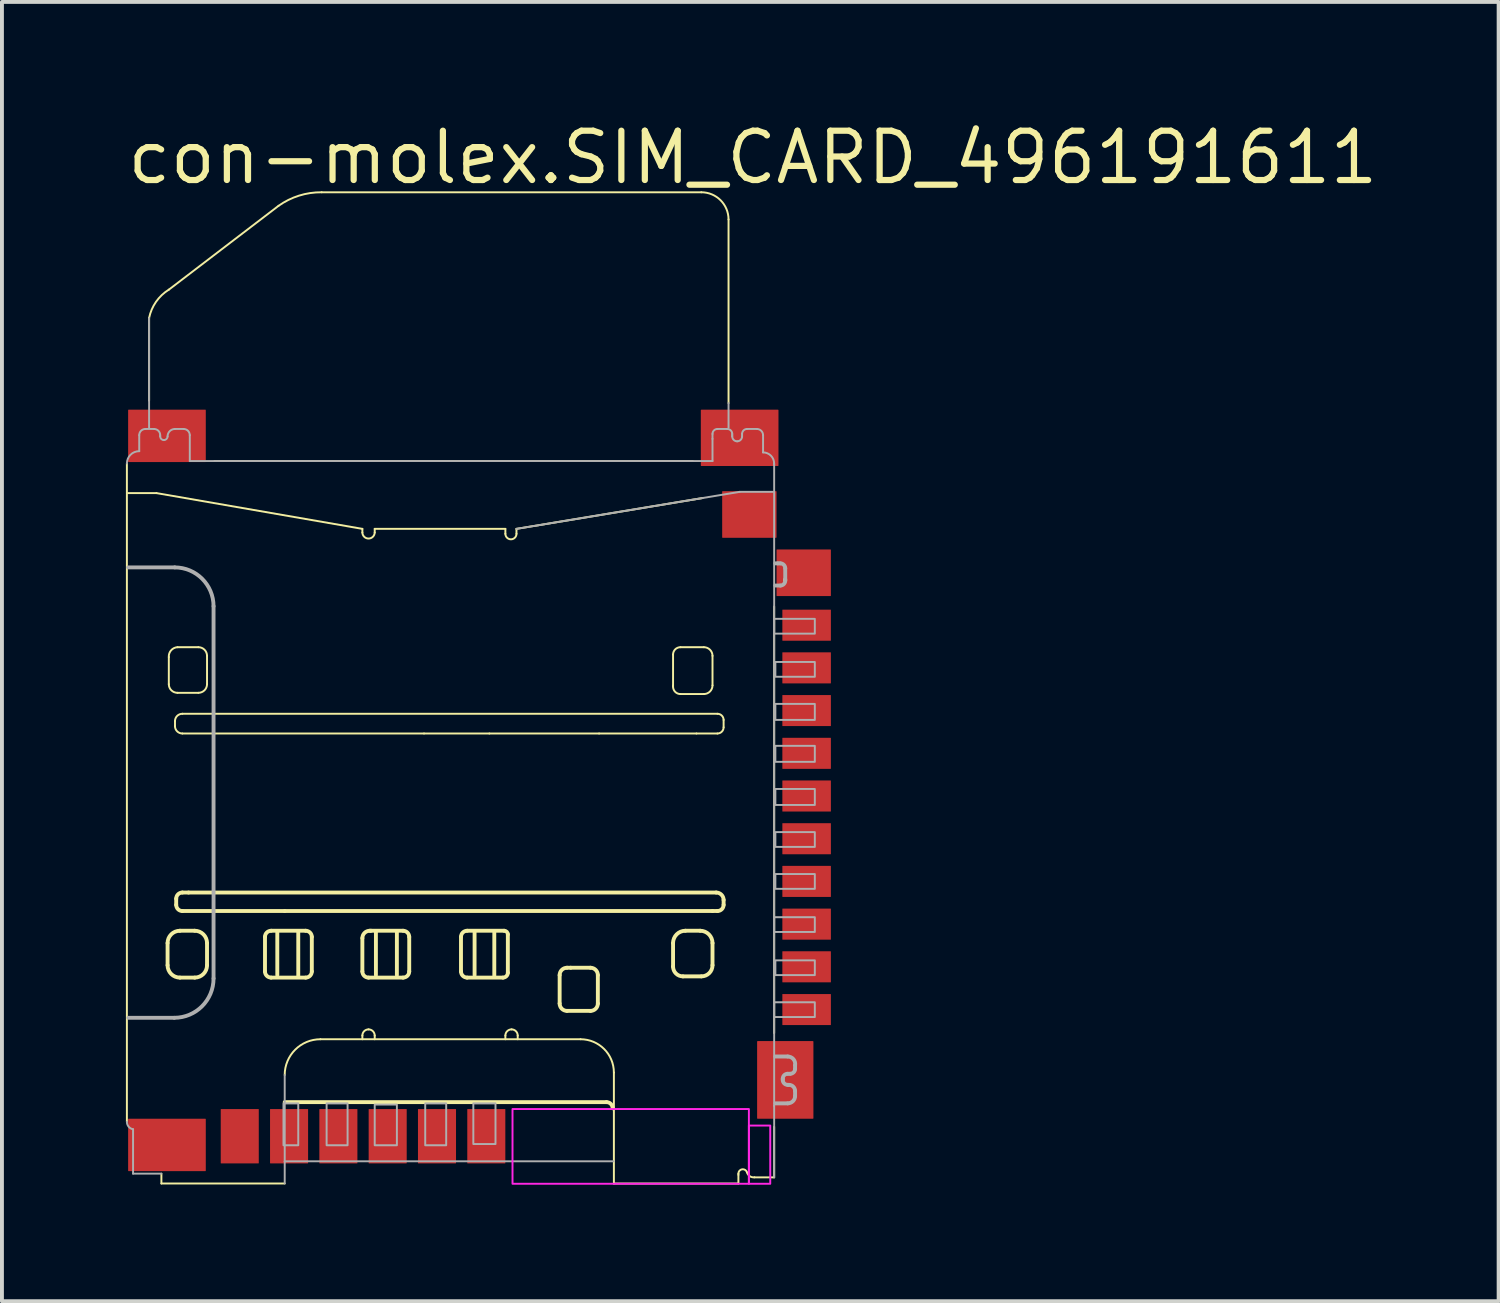
<source format=kicad_pcb>
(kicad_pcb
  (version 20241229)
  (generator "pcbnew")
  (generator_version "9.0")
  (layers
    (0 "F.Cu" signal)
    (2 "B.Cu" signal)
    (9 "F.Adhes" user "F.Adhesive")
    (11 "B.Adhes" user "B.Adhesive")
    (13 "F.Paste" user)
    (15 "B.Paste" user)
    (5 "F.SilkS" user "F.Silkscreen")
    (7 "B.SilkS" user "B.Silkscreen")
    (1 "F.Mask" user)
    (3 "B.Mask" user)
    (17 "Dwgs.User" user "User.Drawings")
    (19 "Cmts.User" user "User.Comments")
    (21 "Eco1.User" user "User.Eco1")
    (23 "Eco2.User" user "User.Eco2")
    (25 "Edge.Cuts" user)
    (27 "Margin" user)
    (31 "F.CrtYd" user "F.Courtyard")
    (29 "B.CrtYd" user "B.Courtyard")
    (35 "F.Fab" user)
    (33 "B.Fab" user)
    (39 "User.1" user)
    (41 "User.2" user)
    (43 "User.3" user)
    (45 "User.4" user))
  (footprint "con-molex.SIM_CARD_496191611"
    (layer "F.Cu")
    (at 0.25 27.114)
    (property "Reference" "con-molex.SIM_CARD_496191611" (at -0.102 -25.364 0) (layer "F.SilkS") (effects (font (size 1.27 1.27) (thickness 0.16)) (justify left bottom)))
    (attr smd)
    (fp_line (start -0.032 -18.226) (end -0.032 -1.27) (stroke (width 0.05) (type default)) (layer "F.SilkS"))
    (fp_line (start -0.000003 -17.464) (end 0.73 -17.464) (stroke (width 0.05) (type default)) (layer "F.SilkS"))
    (fp_line (start 0.54 -21.973) (end 0.54 -21.973) (stroke (width 0.05) (type default)) (layer "F.SilkS"))
    (fp_line (start 0.54 -19.846) (end 0.54 -21.973) (stroke (width 0.05) (type default)) (layer "F.SilkS"))
    (fp_line (start 0.73 -17.464) (end 6.033 -16.543) (stroke (width 0.05) (type default)) (layer "F.SilkS"))
    (fp_line (start 0.857 0.064) (end 0.857 0.318) (stroke (width 0.05) (type default)) (layer "F.SilkS"))
    (fp_line (start 0.857 0.318) (end 4.033 0.318) (stroke (width 0.05) (type default)) (layer "F.SilkS"))
    (fp_line (start 1.016 -5.303) (end 1.016 -5.874) (stroke (width 0.1) (type default)) (layer "F.SilkS"))
    (fp_line (start 1.048 -13.241) (end 1.048 -12.542) (stroke (width 0.05) (type default)) (layer "F.SilkS"))
    (fp_line (start 1.048 -22.703) (end 3.874 -24.863) (stroke (width 0.05) (type default)) (layer "F.SilkS"))
    (fp_line (start 1.207 -11.463) (end 1.207 -11.59) (stroke (width 0.05) (type default)) (layer "F.SilkS"))
    (fp_line (start 1.238 -6.859) (end 1.238 -7.017) (stroke (width 0.1) (type default)) (layer "F.SilkS"))
    (fp_line (start 1.27 -12.32) (end 1.81 -12.32) (stroke (width 0.05) (type default)) (layer "F.SilkS"))
    (fp_line (start 1.334 -6.192) (end 1.715 -6.192) (stroke (width 0.1) (type default)) (layer "F.SilkS"))
    (fp_line (start 1.397 -11.78) (end 15.178 -11.78) (stroke (width 0.05) (type default)) (layer "F.SilkS"))
    (fp_line (start 1.397 -7.176) (end 1.556 -7.176) (stroke (width 0.1) (type default)) (layer "F.SilkS"))
    (fp_line (start 1.556 -7.176) (end 15.146 -7.176) (stroke (width 0.1) (type default)) (layer "F.SilkS"))
    (fp_line (start 1.715 -4.985) (end 1.334 -4.985) (stroke (width 0.1) (type default)) (layer "F.SilkS"))
    (fp_line (start 1.81 -13.495) (end 1.27 -13.495) (stroke (width 0.05) (type default)) (layer "F.SilkS"))
    (fp_line (start 2.032 -12.542) (end 2.032 -13.273) (stroke (width 0.05) (type default)) (layer "F.SilkS"))
    (fp_line (start 2.032 -5.874) (end 2.032 -5.303) (stroke (width 0.1) (type default)) (layer "F.SilkS"))
    (fp_line (start 2.223 -18.29) (end 14.543 -18.29) (stroke (width 0.05) (type default)) (layer "F.SilkS"))
    (fp_line (start 3.525 -5.144) (end 3.525 -6.033) (stroke (width 0.1) (type default)) (layer "F.SilkS"))
    (fp_line (start 3.683 -6.192) (end 4.572 -6.192) (stroke (width 0.1) (type default)) (layer "F.SilkS"))
    (fp_line (start 3.842 -6.16) (end 3.842 -5.049) (stroke (width 0.1) (type default)) (layer "F.SilkS"))
    (fp_line (start 4.033 -6.7) (end 1.397 -6.7) (stroke (width 0.1) (type default)) (layer "F.SilkS"))
    (fp_line (start 4.033 -1.778) (end 12.32 -1.778) (stroke (width 0.1) (type default)) (layer "F.SilkS"))
    (fp_line (start 4.382 -6.16) (end 4.382 -5.017) (stroke (width 0.1) (type default)) (layer "F.SilkS"))
    (fp_line (start 4.572 -4.985) (end 3.683 -4.985) (stroke (width 0.1) (type default)) (layer "F.SilkS"))
    (fp_line (start 4.731 -6.033) (end 4.731 -5.144) (stroke (width 0.1) (type default)) (layer "F.SilkS"))
    (fp_line (start 4.953 -3.398) (end 11.653 -3.398) (stroke (width 0.05) (type default)) (layer "F.SilkS"))
    (fp_line (start 4.985 -25.212) (end 14.764 -25.212) (stroke (width 0.05) (type default)) (layer "F.SilkS"))
    (fp_line (start 6.033 -16.543) (end 6.033 -16.448) (stroke (width 0.05) (type default)) (layer "F.SilkS"))
    (fp_line (start 6.033 -5.144) (end 6.033 -6.001) (stroke (width 0.1) (type default)) (layer "F.SilkS"))
    (fp_line (start 6.033 -3.398) (end 6.033 -3.493) (stroke (width 0.05) (type default)) (layer "F.SilkS"))
    (fp_line (start 6.224 -6.192) (end 6.255 -6.192) (stroke (width 0.1) (type default)) (layer "F.SilkS"))
    (fp_line (start 6.255 -6.192) (end 7.081 -6.192) (stroke (width 0.1) (type default)) (layer "F.SilkS"))
    (fp_line (start 6.351 -16.543) (end 9.716 -16.543) (stroke (width 0.05) (type default)) (layer "F.SilkS"))
    (fp_line (start 6.351 -16.448) (end 6.351 -16.543) (stroke (width 0.05) (type default)) (layer "F.SilkS"))
    (fp_line (start 6.351 -3.398) (end 6.351 -3.493) (stroke (width 0.05) (type default)) (layer "F.SilkS"))
    (fp_line (start 6.382 -6.16) (end 6.382 -5.049) (stroke (width 0.1) (type default)) (layer "F.SilkS"))
    (fp_line (start 6.922 -6.16) (end 6.922 -5.049) (stroke (width 0.1) (type default)) (layer "F.SilkS"))
    (fp_line (start 7.081 -4.985) (end 6.192 -4.985) (stroke (width 0.1) (type default)) (layer "F.SilkS"))
    (fp_line (start 7.24 -6.033) (end 7.24 -5.144) (stroke (width 0.1) (type default)) (layer "F.SilkS"))
    (fp_line (start 7.621 -11.272) (end 1.397 -11.272) (stroke (width 0.05) (type default)) (layer "F.SilkS"))
    (fp_line (start 8.573 -5.144) (end 8.573 -6.033) (stroke (width 0.1) (type default)) (layer "F.SilkS"))
    (fp_line (start 8.732 -6.192) (end 9.685 -6.192) (stroke (width 0.1) (type default)) (layer "F.SilkS"))
    (fp_line (start 8.923 -6.16) (end 8.923 -5.049) (stroke (width 0.1) (type default)) (layer "F.SilkS"))
    (fp_line (start 9.304 -11.272) (end 7.621 -11.272) (stroke (width 0.05) (type default)) (layer "F.SilkS"))
    (fp_line (start 9.431 -6.16) (end 9.431 -5.017) (stroke (width 0.1) (type default)) (layer "F.SilkS"))
    (fp_line (start 9.653 -4.985) (end 8.732 -4.985) (stroke (width 0.1) (type default)) (layer "F.SilkS"))
    (fp_line (start 9.716 -16.543) (end 9.716 -16.416) (stroke (width 0.05) (type default)) (layer "F.SilkS"))
    (fp_line (start 9.716 -3.398) (end 9.716 -3.493) (stroke (width 0.05) (type default)) (layer "F.SilkS"))
    (fp_line (start 9.78 -6.097) (end 9.78 -5.112) (stroke (width 0.1) (type default)) (layer "F.SilkS"))
    (fp_line (start 10.002 -16.543) (end 14.797 -17.337) (stroke (width 0.05) (type default)) (layer "F.SilkS"))
    (fp_line (start 10.002 -16.416) (end 10.002 -16.543) (stroke (width 0.05) (type default)) (layer "F.SilkS"))
    (fp_line (start 10.034 -3.398) (end 10.034 -3.493) (stroke (width 0.05) (type default)) (layer "F.SilkS"))
    (fp_line (start 11.114 -4.318) (end 11.114 -5.049) (stroke (width 0.1) (type default)) (layer "F.SilkS"))
    (fp_line (start 11.304 -5.239) (end 11.399 -5.239) (stroke (width 0.1) (type default)) (layer "F.SilkS"))
    (fp_line (start 11.399 -5.239) (end 11.907 -5.239) (stroke (width 0.1) (type default)) (layer "F.SilkS"))
    (fp_line (start 11.907 -4.128) (end 11.304 -4.128) (stroke (width 0.1) (type default)) (layer "F.SilkS"))
    (fp_line (start 12.098 -5.049) (end 12.098 -4.318) (stroke (width 0.1) (type default)) (layer "F.SilkS"))
    (fp_line (start 12.13 -11.272) (end 9.304 -11.272) (stroke (width 0.05) (type default)) (layer "F.SilkS"))
    (fp_line (start 12.511 -2.54) (end 12.511 -0.254) (stroke (width 0.05) (type default)) (layer "F.SilkS"))
    (fp_line (start 12.511 -0.254) (end 12.511 0.318) (stroke (width 0.05) (type default)) (layer "F.SilkS"))
    (fp_line (start 12.511 0.318) (end 15.718 0.318) (stroke (width 0.05) (type default)) (layer "F.SilkS"))
    (fp_line (start 14.035 -13.305) (end 14.035 -12.511) (stroke (width 0.05) (type default)) (layer "F.SilkS"))
    (fp_line (start 14.035 -12.511) (end 14.035 -12.479) (stroke (width 0.05) (type default)) (layer "F.SilkS"))
    (fp_line (start 14.035 -5.271) (end 14.035 -5.874) (stroke (width 0.1) (type default)) (layer "F.SilkS"))
    (fp_line (start 14.225 -12.288) (end 14.829 -12.288) (stroke (width 0.05) (type default)) (layer "F.SilkS"))
    (fp_line (start 14.352 -6.192) (end 14.733 -6.192) (stroke (width 0.1) (type default)) (layer "F.SilkS"))
    (fp_line (start 14.638 -11.272) (end 12.13 -11.272) (stroke (width 0.05) (type default)) (layer "F.SilkS"))
    (fp_line (start 14.765 -5.017) (end 14.289 -5.017) (stroke (width 0.1) (type default)) (layer "F.SilkS"))
    (fp_line (start 14.829 -13.495) (end 14.225 -13.495) (stroke (width 0.05) (type default)) (layer "F.SilkS"))
    (fp_line (start 15.051 -12.511) (end 15.051 -13.273) (stroke (width 0.05) (type default)) (layer "F.SilkS"))
    (fp_line (start 15.051 -6.7) (end 4.033 -6.7) (stroke (width 0.1) (type default)) (layer "F.SilkS"))
    (fp_line (start 15.051 -5.874) (end 15.051 -5.303) (stroke (width 0.1) (type default)) (layer "F.SilkS"))
    (fp_line (start 15.178 -11.272) (end 14.638 -11.272) (stroke (width 0.05) (type default)) (layer "F.SilkS"))
    (fp_line (start 15.178 -6.7) (end 15.051 -6.7) (stroke (width 0.1) (type default)) (layer "F.SilkS"))
    (fp_line (start 15.337 -11.622) (end 15.337 -11.431) (stroke (width 0.05) (type default)) (layer "F.SilkS"))
    (fp_line (start 15.337 -6.986) (end 15.337 -6.859) (stroke (width 0.1) (type default)) (layer "F.SilkS"))
    (fp_line (start 15.464 -24.512) (end 15.464 -19.782) (stroke (width 0.05) (type default)) (layer "F.SilkS"))
    (fp_line (start 15.718 0.095) (end 15.718 0.064) (stroke (width 0.05) (type default)) (layer "F.SilkS"))
    (fp_line (start 15.718 0.318) (end 15.718 0.095) (stroke (width 0.05) (type default)) (layer "F.SilkS"))
    (fp_line (start 16.131 0.159) (end 16.639 0.159) (stroke (width 0.05) (type default)) (layer "F.SilkS"))
    (fp_line (start 16.639 -3.556) (end 16.639 -14.543) (stroke (width 0.05) (type default)) (layer "F.SilkS"))
    (fp_line (start 16.639 0.159) (end 16.639 -1.143) (stroke (width 0.05) (type default)) (layer "F.SilkS"))
    (fp_line (start 16.924 -15.241) (end 16.924 -15.21) (stroke (width 0.1) (type default)) (layer "F.SilkS"))
    (fp_arc (start 0.5398 -21.973075) (mid 0.718442 -22.390675) (end 1.04785 -22.703394) (stroke (width 0.05) (type default)) (layer "F.SilkS"))
    (fp_arc (start 1.016097 -5.874306) (mid 1.109099 -6.098833) (end 1.333625 -6.191834) (stroke (width 0.1) (type default)) (layer "F.SilkS"))
    (fp_arc (start 1.047847 -13.241003) (mid 1.106372 -13.414047) (end 1.270116 -13.495025) (stroke (width 0.05) (type default)) (layer "F.SilkS"))
    (fp_arc (start 1.206609 -11.589844) (mid 1.262411 -11.724561) (end 1.397128 -11.780363) (stroke (width 0.05) (type default)) (layer "F.SilkS"))
    (fp_arc (start 1.238366 -7.017413) (mid 1.284867 -7.129677) (end 1.397131 -7.176178) (stroke (width 0.1) (type default)) (layer "F.SilkS"))
    (fp_arc (start 1.270119 -12.320163) (mid 1.112949 -12.385264) (end 1.047847 -12.542434) (stroke (width 0.05) (type default)) (layer "F.SilkS"))
    (fp_arc (start 1.333625 -4.985222) (mid 1.109099 -5.078224) (end 1.016097 -5.30275) (stroke (width 0.1) (type default)) (layer "F.SilkS"))
    (fp_arc (start 1.397128 -11.272313) (mid 1.262411 -11.328114) (end 1.206609 -11.462831) (stroke (width 0.05) (type default)) (layer "F.SilkS"))
    (fp_arc (start 1.397128 -6.699884) (mid 1.284866 -6.746385) (end 1.238366 -6.858647) (stroke (width 0.1) (type default)) (layer "F.SilkS"))
    (fp_arc (start 1.714663 -6.191834) (mid 1.939189 -6.098833) (end 2.032191 -5.874306) (stroke (width 0.1) (type default)) (layer "F.SilkS"))
    (fp_arc (start 1.809916 -13.495025) (mid 1.967086 -13.429923) (end 2.032188 -13.272753) (stroke (width 0.05) (type default)) (layer "F.SilkS"))
    (fp_arc (start 2.032188 -12.542431) (mid 1.967086 -12.385264) (end 1.809919 -12.320163) (stroke (width 0.05) (type default)) (layer "F.SilkS"))
    (fp_arc (start 2.032191 -5.30275) (mid 1.939189 -5.078224) (end 1.714663 -4.985222) (stroke (width 0.1) (type default)) (layer "F.SilkS"))
    (fp_arc (start 3.524584 -6.033072) (mid 3.571085 -6.145334) (end 3.683347 -6.191834) (stroke (width 0.1) (type default)) (layer "F.SilkS"))
    (fp_arc (start 3.68335 -4.985222) (mid 3.571086 -5.031723) (end 3.524584 -5.143988) (stroke (width 0.1) (type default)) (layer "F.SilkS"))
    (fp_arc (start 3.873866 -24.8626) (mid 4.401887 -25.125228) (end 4.985216 -25.211881) (stroke (width 0.05) (type default)) (layer "F.SilkS"))
    (fp_arc (start 4.032628 -2.476731) (mid 4.302335 -3.127862) (end 4.953466 -3.397569) (stroke (width 0.05) (type default)) (layer "F.SilkS"))
    (fp_arc (start 4.572431 -6.191834) (mid 4.684696 -6.145333) (end 4.731197 -6.033069) (stroke (width 0.1) (type default)) (layer "F.SilkS"))
    (fp_arc (start 4.731197 -5.143988) (mid 4.684696 -5.031723) (end 4.572431 -4.985222) (stroke (width 0.1) (type default)) (layer "F.SilkS"))
    (fp_arc (start 6.033069 -6.001316) (mid 6.08887 -6.136033) (end 6.223588 -6.191834) (stroke (width 0.1) (type default)) (layer "F.SilkS"))
    (fp_arc (start 6.033069 -3.492828) (mid 6.07957 -3.605092) (end 6.191834 -3.651594) (stroke (width 0.05) (type default)) (layer "F.SilkS"))
    (fp_arc (start 6.191834 -4.985222) (mid 6.07957 -5.031723) (end 6.033069 -5.143988) (stroke (width 0.1) (type default)) (layer "F.SilkS"))
    (fp_arc (start 6.191834 -3.651594) (mid 6.304099 -3.605092) (end 6.3506 -3.492828) (stroke (width 0.05) (type default)) (layer "F.SilkS"))
    (fp_arc (start 6.350597 -16.448053) (mid 6.191831 -16.289288) (end 6.033066 -16.448053) (stroke (width 0.05) (type default)) (layer "F.SilkS"))
    (fp_arc (start 7.080919 -6.191834) (mid 7.193183 -6.145333) (end 7.239684 -6.033069) (stroke (width 0.1) (type default)) (layer "F.SilkS"))
    (fp_arc (start 7.239684 -5.143988) (mid 7.193183 -5.031723) (end 7.080919 -4.985222) (stroke (width 0.1) (type default)) (layer "F.SilkS"))
    (fp_arc (start 8.573309 -6.033069) (mid 8.619811 -6.145333) (end 8.732075 -6.191834) (stroke (width 0.1) (type default)) (layer "F.SilkS"))
    (fp_arc (start 8.732075 -4.985222) (mid 8.619811 -5.031723) (end 8.573309 -5.143988) (stroke (width 0.1) (type default)) (layer "F.SilkS"))
    (fp_arc (start 9.684666 -6.191834) (mid 9.752024 -6.163934) (end 9.779925 -6.096575) (stroke (width 0.1) (type default)) (layer "F.SilkS"))
    (fp_arc (start 9.716419 -3.492828) (mid 9.76292 -3.605092) (end 9.875184 -3.651594) (stroke (width 0.05) (type default)) (layer "F.SilkS"))
    (fp_arc (start 9.779925 -5.112234) (mid 9.742724 -5.022423) (end 9.652913 -4.985222) (stroke (width 0.1) (type default)) (layer "F.SilkS"))
    (fp_arc (start 9.875184 -3.651594) (mid 9.987446 -3.605093) (end 10.033947 -3.492831) (stroke (width 0.05) (type default)) (layer "F.SilkS"))
    (fp_arc (start 10.002191 -16.4163) (mid 9.859303 -16.273413) (end 9.716416 -16.4163) (stroke (width 0.05) (type default)) (layer "F.SilkS"))
    (fp_arc (start 11.11355 -5.048725) (mid 11.169352 -5.183442) (end 11.304069 -5.239244) (stroke (width 0.1) (type default)) (layer "F.SilkS"))
    (fp_arc (start 11.304069 -4.127891) (mid 11.169352 -4.183692) (end 11.11355 -4.318409) (stroke (width 0.1) (type default)) (layer "F.SilkS"))
    (fp_arc (start 11.653347 -3.397569) (mid 12.259572 -3.146462) (end 12.510678 -2.540238) (stroke (width 0.05) (type default)) (layer "F.SilkS"))
    (fp_arc (start 11.907378 -5.239244) (mid 12.042093 -5.183443) (end 12.097894 -5.048728) (stroke (width 0.1) (type default)) (layer "F.SilkS"))
    (fp_arc (start 12.097894 -4.318409) (mid 12.042092 -4.183692) (end 11.907375 -4.127891) (stroke (width 0.1) (type default)) (layer "F.SilkS"))
    (fp_arc (start 12.320163 -1.778169) (mid 12.432427 -1.731667) (end 12.478928 -1.619403) (stroke (width 0.1) (type default)) (layer "F.SilkS"))
    (fp_arc (start 14.034822 -13.304506) (mid 14.090624 -13.439223) (end 14.225341 -13.495025) (stroke (width 0.05) (type default)) (layer "F.SilkS"))
    (fp_arc (start 14.034825 -5.874303) (mid 14.127828 -6.098832) (end 14.352356 -6.191834) (stroke (width 0.1) (type default)) (layer "F.SilkS"))
    (fp_arc (start 14.225341 -12.288409) (mid 14.090624 -12.344211) (end 14.034822 -12.478928) (stroke (width 0.05) (type default)) (layer "F.SilkS"))
    (fp_arc (start 14.288847 -5.016975) (mid 14.109226 -5.091376) (end 14.034825 -5.270997) (stroke (width 0.1) (type default)) (layer "F.SilkS"))
    (fp_arc (start 14.733394 -6.191834) (mid 14.95792 -6.098833) (end 15.050922 -5.874306) (stroke (width 0.1) (type default)) (layer "F.SilkS"))
    (fp_arc (start 14.763706 -25.211881) (mid 15.258681 -25.006856) (end 15.463706 -24.511881) (stroke (width 0.05) (type default)) (layer "F.SilkS"))
    (fp_arc (start 14.828647 -13.495025) (mid 14.985817 -13.429923) (end 15.050919 -13.272753) (stroke (width 0.05) (type default)) (layer "F.SilkS"))
    (fp_arc (start 15.050919 -12.510681) (mid 14.985817 -12.353511) (end 14.828647 -12.288409) (stroke (width 0.05) (type default)) (layer "F.SilkS"))
    (fp_arc (start 15.050922 -5.302753) (mid 14.967219 -5.100677) (end 14.765144 -5.016975) (stroke (width 0.1) (type default)) (layer "F.SilkS"))
    (fp_arc (start 15.146181 -7.176178) (mid 15.280898 -7.120376) (end 15.3367 -6.985659) (stroke (width 0.1) (type default)) (layer "F.SilkS"))
    (fp_arc (start 15.177931 -11.780363) (mid 15.290196 -11.733861) (end 15.336697 -11.621597) (stroke (width 0.05) (type default)) (layer "F.SilkS"))
    (fp_arc (start 15.336697 -11.431078) (mid 15.290196 -11.318814) (end 15.177931 -11.272313) (stroke (width 0.05) (type default)) (layer "F.SilkS"))
    (fp_arc (start 15.3367 -6.858647) (mid 15.2902 -6.746385) (end 15.177938 -6.699884) (stroke (width 0.1) (type default)) (layer "F.SilkS"))
    (fp_arc (start 15.717731 0.063506) (mid 15.815098 -0.048758) (end 15.940003 0.031753) (stroke (width 0.05) (type default)) (layer "F.SilkS"))
    (fp_arc (start 16.130522 0.158766) (mid 16.012116 0.129979) (end 15.940003 0.031753) (stroke (width 0.05) (type default)) (layer "F.SilkS"))
    (fp_rect (start 9.9 0.325) (end 15.988 -1.6) (stroke (width 0.05) (type default)) (fill no) (layer "F.CrtYd"))
    (fp_rect (start 15.988 0.325) (end 16.538 -1.175) (stroke (width 0.05) (type default)) (fill no) (layer "F.CrtYd"))
    (fp_line (start 0 -15.55) (end 1.2 -15.55) (stroke (width 0.1) (type default)) (layer "F.Fab"))
    (fp_line (start 0.127 -1.08) (end 0.127 0.064) (stroke (width 0.05) (type default)) (layer "F.Fab"))
    (fp_line (start 0.127 0.064) (end 0.857 0.064) (stroke (width 0.05) (type default)) (layer "F.Fab"))
    (fp_line (start 0.286 -18.544) (end 0.286 -18.957) (stroke (width 0.05) (type default)) (layer "F.Fab"))
    (fp_line (start 0.445 -19.115) (end 0.667 -19.115) (stroke (width 0.05) (type default)) (layer "F.Fab"))
    (fp_line (start 0.54 -19.147) (end 0.54 -21.973) (stroke (width 0.05) (type default)) (layer "F.Fab"))
    (fp_line (start 0.826 -18.957) (end 0.826 -18.925) (stroke (width 0.05) (type default)) (layer "F.Fab"))
    (fp_line (start 1.188 -3.95) (end 0.006 -3.95) (stroke (width 0.1) (type default)) (layer "F.Fab"))
    (fp_line (start 1.207 -19.115) (end 1.429 -19.115) (stroke (width 0.05) (type default)) (layer "F.Fab"))
    (fp_line (start 1.588 -18.957) (end 1.588 -18.29) (stroke (width 0.05) (type default)) (layer "F.Fab"))
    (fp_line (start 1.588 -18.29) (end 15.051 -18.29) (stroke (width 0.05) (type default)) (layer "F.Fab"))
    (fp_line (start 2.2 -14.55) (end 2.2 -4.963) (stroke (width 0.1) (type default)) (layer "F.Fab"))
    (fp_line (start 4.033 -0.254) (end 4.033 -2.477) (stroke (width 0.05) (type default)) (layer "F.Fab"))
    (fp_line (start 4.033 -0.254) (end 12.511 -0.254) (stroke (width 0.05) (type default)) (layer "F.Fab"))
    (fp_line (start 4.033 0.318) (end 4.033 -0.254) (stroke (width 0.05) (type default)) (layer "F.Fab"))
    (fp_line (start 10.002 -16.543) (end 15.749 -17.496) (stroke (width 0.05) (type default)) (layer "F.Fab"))
    (fp_line (start 15.051 -18.988) (end 15.051 -18.861) (stroke (width 0.05) (type default)) (layer "F.Fab"))
    (fp_line (start 15.051 -18.29) (end 15.051 -18.861) (stroke (width 0.05) (type default)) (layer "F.Fab"))
    (fp_line (start 15.432 -19.115) (end 15.178 -19.115) (stroke (width 0.05) (type default)) (layer "F.Fab"))
    (fp_line (start 15.464 -19.781) (end 15.464 -19.147) (stroke (width 0.05) (type default)) (layer "F.Fab"))
    (fp_line (start 15.559 -18.957) (end 15.559 -18.988) (stroke (width 0.05) (type default)) (layer "F.Fab"))
    (fp_line (start 15.559 -18.925) (end 15.559 -18.957) (stroke (width 0.05) (type default)) (layer "F.Fab"))
    (fp_line (start 15.749 -17.496) (end 16.607 -17.496) (stroke (width 0.05) (type default)) (layer "F.Fab"))
    (fp_line (start 15.813 -18.988) (end 15.813 -18.925) (stroke (width 0.05) (type default)) (layer "F.Fab"))
    (fp_line (start 16.194 -19.115) (end 15.94 -19.115) (stroke (width 0.05) (type default)) (layer "F.Fab"))
    (fp_line (start 16.353 -18.512) (end 16.353 -18.957) (stroke (width 0.05) (type default)) (layer "F.Fab"))
    (fp_line (start 16.639 -18.194) (end 16.639 -18.226) (stroke (width 0.05) (type default)) (layer "F.Fab"))
    (fp_line (start 16.639 -1.683) (end 16.639 -18.194) (stroke (width 0.05) (type default)) (layer "F.Fab"))
    (fp_line (start 16.639 0.159) (end 16.639 -1.683) (stroke (width 0.05) (type default)) (layer "F.Fab"))
    (fp_line (start 16.67 -15.654) (end 16.734 -15.654) (stroke (width 0.1) (type default)) (layer "F.Fab"))
    (fp_line (start 16.67 -2.953) (end 16.988 -2.953) (stroke (width 0.1) (type default)) (layer "F.Fab"))
    (fp_line (start 16.734 -15.654) (end 16.797 -15.654) (stroke (width 0.1) (type default)) (layer "F.Fab"))
    (fp_line (start 16.797 -15.083) (end 16.67 -15.083) (stroke (width 0.1) (type default)) (layer "F.Fab"))
    (fp_line (start 16.861 -2.381) (end 16.861 -2.35) (stroke (width 0.1) (type default)) (layer "F.Fab"))
    (fp_line (start 16.924 -15.527) (end 16.924 -15.241) (stroke (width 0.1) (type default)) (layer "F.Fab"))
    (fp_line (start 16.988 -1.746) (end 16.67 -1.746) (stroke (width 0.1) (type default)) (layer "F.Fab"))
    (fp_line (start 16.988 -2.223) (end 17.02 -2.223) (stroke (width 0.1) (type default)) (layer "F.Fab"))
    (fp_line (start 17.051 -2.508) (end 16.988 -2.508) (stroke (width 0.1) (type default)) (layer "F.Fab"))
    (fp_line (start 17.178 -2.731) (end 17.178 -2.635) (stroke (width 0.1) (type default)) (layer "F.Fab"))
    (fp_line (start 17.178 -2.064) (end 17.178 -1.937) (stroke (width 0.1) (type default)) (layer "F.Fab"))
    (fp_rect (start 4.001 -0.667) (end 4.382 -1.746) (stroke (width 0.05) (type default)) (fill no) (layer "F.Fab"))
    (fp_rect (start 5.112 -0.667) (end 5.652 -1.746) (stroke (width 0.05) (type default)) (fill no) (layer "F.Fab"))
    (fp_rect (start 6.351 -0.667) (end 6.922 -1.715) (stroke (width 0.05) (type default)) (fill no) (layer "F.Fab"))
    (fp_rect (start 7.652 -0.667) (end 8.192 -1.746) (stroke (width 0.05) (type default)) (fill no) (layer "F.Fab"))
    (fp_rect (start 8.891 -0.699) (end 9.462 -1.746) (stroke (width 0.05) (type default)) (fill no) (layer "F.Fab"))
    (fp_rect (start 16.639 -13.844) (end 17.686 -14.225) (stroke (width 0.05) (type default)) (fill no) (layer "F.Fab"))
    (fp_rect (start 16.639 -6.16) (end 17.686 -6.541) (stroke (width 0.05) (type default)) (fill no) (layer "F.Fab"))
    (fp_rect (start 16.639 -3.969) (end 17.686 -4.35) (stroke (width 0.05) (type default)) (fill no) (layer "F.Fab"))
    (fp_rect (start 16.67 -12.733) (end 17.686 -13.114) (stroke (width 0.05) (type default)) (fill no) (layer "F.Fab"))
    (fp_rect (start 16.67 -11.622) (end 17.686 -12.034) (stroke (width 0.05) (type default)) (fill no) (layer "F.Fab"))
    (fp_rect (start 16.67 -10.542) (end 17.686 -10.955) (stroke (width 0.05) (type default)) (fill no) (layer "F.Fab"))
    (fp_rect (start 16.67 -9.431) (end 17.686 -9.843) (stroke (width 0.05) (type default)) (fill no) (layer "F.Fab"))
    (fp_rect (start 16.67 -8.351) (end 17.686 -8.732) (stroke (width 0.05) (type default)) (fill no) (layer "F.Fab"))
    (fp_rect (start 16.67 -7.271) (end 17.686 -7.652) (stroke (width 0.05) (type default)) (fill no) (layer "F.Fab"))
    (fp_rect (start 16.67 -5.049) (end 17.686 -5.43) (stroke (width 0.05) (type default)) (fill no) (layer "F.Fab"))
    (fp_arc (start -0.031756 -18.226219) (mid 0.061246 -18.450747) (end 0.285775 -18.54375) (stroke (width 0.05) (type default)) (layer "F.Fab"))
    (fp_arc (start 0.127009 -1.0796) (mid 0.013138 -1.146119) (end -0.031756 -1.270119) (stroke (width 0.05) (type default)) (layer "F.Fab"))
    (fp_arc (start 0.285775 -18.956544) (mid 0.332275 -19.068806) (end 0.444538 -19.115306) (stroke (width 0.05) (type default)) (layer "F.Fab"))
    (fp_arc (start 0.666809 -19.115306) (mid 0.779074 -19.068805) (end 0.825575 -18.956541) (stroke (width 0.05) (type default)) (layer "F.Fab"))
    (fp_arc (start 0.920834 -18.829528) (mid 0.853476 -18.857429) (end 0.825575 -18.924788) (stroke (width 0.05) (type default)) (layer "F.Fab"))
    (fp_arc (start 1.016094 -18.924788) (mid 0.988193 -18.857429) (end 0.920834 -18.829528) (stroke (width 0.05) (type default)) (layer "F.Fab"))
    (fp_arc (start 1.016094 -18.924788) (mid 1.071895 -19.059505) (end 1.206613 -19.115306) (stroke (width 0.05) (type default)) (layer "F.Fab"))
    (fp_arc (start 1.2 -15.55) (mid 1.907107 -15.257107) (end 2.2 -14.55) (stroke (width 0.1) (type default)) (layer "F.Fab"))
    (fp_arc (start 1.428881 -19.115306) (mid 1.541146 -19.068805) (end 1.587647 -18.956541) (stroke (width 0.05) (type default)) (layer "F.Fab"))
    (fp_arc (start 2.2 -4.9625) (mid 1.903446 -4.246554) (end 1.1875 -3.95) (stroke (width 0.1) (type default)) (layer "F.Fab"))
    (fp_arc (start 15.050919 -18.988294) (mid 15.08812 -19.078105) (end 15.177931 -19.115306) (stroke (width 0.05) (type default)) (layer "F.Fab"))
    (fp_arc (start 15.431953 -19.115306) (mid 15.521765 -19.078105) (end 15.558966 -18.988294) (stroke (width 0.05) (type default)) (layer "F.Fab"))
    (fp_arc (start 15.685978 -18.797775) (mid 15.596167 -18.834976) (end 15.558966 -18.924788) (stroke (width 0.05) (type default)) (layer "F.Fab"))
    (fp_arc (start 15.812991 -18.988294) (mid 15.850192 -19.078105) (end 15.940003 -19.115306) (stroke (width 0.05) (type default)) (layer "F.Fab"))
    (fp_arc (start 15.812991 -18.924788) (mid 15.77579 -18.834976) (end 15.685978 -18.797775) (stroke (width 0.05) (type default)) (layer "F.Fab"))
    (fp_arc (start 16.194025 -19.115306) (mid 16.306289 -19.068805) (end 16.352791 -18.956541) (stroke (width 0.05) (type default)) (layer "F.Fab"))
    (fp_arc (start 16.352791 -18.511997) (mid 16.554866 -18.428294) (end 16.638569 -18.226219) (stroke (width 0.05) (type default)) (layer "F.Fab"))
    (fp_arc (start 16.797338 -15.654228) (mid 16.887149 -15.617027) (end 16.92435 -15.527216) (stroke (width 0.1) (type default)) (layer "F.Fab"))
    (fp_arc (start 16.860844 -2.381475) (mid 16.898045 -2.471286) (end 16.987856 -2.508488) (stroke (width 0.1) (type default)) (layer "F.Fab"))
    (fp_arc (start 16.92435 -15.209688) (mid 16.887149 -15.119876) (end 16.797338 -15.082675) (stroke (width 0.1) (type default)) (layer "F.Fab"))
    (fp_arc (start 16.987856 -2.953028) (mid 17.134229 -2.885707) (end 17.178372 -2.730759) (stroke (width 0.1) (type default)) (layer "F.Fab"))
    (fp_arc (start 16.987856 -2.222709) (mid 16.898045 -2.25991) (end 16.860844 -2.349722) (stroke (width 0.1) (type default)) (layer "F.Fab"))
    (fp_arc (start 17.019606 -2.222709) (mid 17.131871 -2.176208) (end 17.178372 -2.063944) (stroke (width 0.1) (type default)) (layer "F.Fab"))
    (fp_arc (start 17.178372 -2.635497) (mid 17.141172 -2.545688) (end 17.051363 -2.508488) (stroke (width 0.1) (type default)) (layer "F.Fab"))
    (fp_arc (start 17.178372 -1.936934) (mid 17.12257 -1.802217) (end 16.987853 -1.746416) (stroke (width 0.1) (type default)) (layer "F.Fab"))
    (pad "G1" smd roundrect (at 1 -18.938) (size 2 1.35) (layers "F.Cu" "F.Mask" "F.Paste") (roundrect_rratio 0.01))
    (pad "G2" smd roundrect (at 1 -0.675) (size 2 1.35) (layers "F.Cu" "F.Mask" "F.Paste") (roundrect_rratio 0.01))
    (pad "G3" smd roundrect (at 15.75 -18.887) (size 2 1.45) (layers "F.Cu" "F.Mask" "F.Paste") (roundrect_rratio 0.01))
    (pad "G4" smd roundrect (at 16.925 -2.35) (size 1.45 2) (layers "F.Cu" "F.Mask" "F.Paste") (roundrect_rratio 0.01))
    (pad "S1" smd roundrect (at 17.475 -4.162) (size 1.25 0.8) (layers "F.Cu" "F.Mask" "F.Paste") (roundrect_rratio 0.01))
    (pad "S2" smd roundrect (at 9.225 -0.9) (size 0.98 1.4) (layers "F.Cu" "F.Mask" "F.Paste") (roundrect_rratio 0.01))
    (pad "S3" smd roundrect (at 6.685 -0.9) (size 0.98 1.4) (layers "F.Cu" "F.Mask" "F.Paste") (roundrect_rratio 0.01))
    (pad "S4" smd roundrect (at 4.145 -0.9) (size 0.98 1.4) (layers "F.Cu" "F.Mask" "F.Paste") (roundrect_rratio 0.01))
    (pad "S5" smd roundrect (at 17.475 -14.062) (size 1.25 0.8) (layers "F.Cu" "F.Mask" "F.Paste") (roundrect_rratio 0.01))
    (pad "S6" smd roundrect (at 7.955 -0.9) (size 0.98 1.4) (layers "F.Cu" "F.Mask" "F.Paste") (roundrect_rratio 0.01))
    (pad "S7" smd roundrect (at 5.415 -0.9) (size 0.98 1.4) (layers "F.Cu" "F.Mask" "F.Paste") (roundrect_rratio 0.01))
    (pad "S8" smd roundrect (at 2.875 -0.9) (size 0.98 1.4) (layers "F.Cu" "F.Mask" "F.Paste") (roundrect_rratio 0.01))
    (pad "ST1" smd roundrect (at 17.4 -15.412) (size 1.4 1.2) (layers "F.Cu" "F.Mask" "F.Paste") (roundrect_rratio 0.01))
    (pad "ST2" smd roundrect (at 16 -16.913) (size 1.4 1.2) (layers "F.Cu" "F.Mask" "F.Paste") (roundrect_rratio 0.01))
    (pad "T1" smd roundrect (at 17.475 -12.963) (size 1.25 0.8) (layers "F.Cu" "F.Mask" "F.Paste") (roundrect_rratio 0.01))
    (pad "T2" smd roundrect (at 17.475 -11.863) (size 1.25 0.8) (layers "F.Cu" "F.Mask" "F.Paste") (roundrect_rratio 0.01))
    (pad "T3" smd roundrect (at 17.475 -10.762) (size 1.25 0.8) (layers "F.Cu" "F.Mask" "F.Paste") (roundrect_rratio 0.01))
    (pad "T4" smd roundrect (at 17.475 -9.662) (size 1.25 0.8) (layers "F.Cu" "F.Mask" "F.Paste") (roundrect_rratio 0.01))
    (pad "T5" smd roundrect (at 17.475 -8.562) (size 1.25 0.8) (layers "F.Cu" "F.Mask" "F.Paste") (roundrect_rratio 0.01))
    (pad "T6" smd roundrect (at 17.475 -7.463) (size 1.25 0.8) (layers "F.Cu" "F.Mask" "F.Paste") (roundrect_rratio 0.01))
    (pad "T7" smd roundrect (at 17.475 -6.362) (size 1.25 0.8) (layers "F.Cu" "F.Mask" "F.Paste") (roundrect_rratio 0.01))
    (pad "T8" smd roundrect (at 17.475 -5.263) (size 1.25 0.8) (layers "F.Cu" "F.Mask" "F.Paste") (roundrect_rratio 0.01)))
  (gr_rect
    (start -3 -3)
    (end 35.548 30.464)
    (stroke (width 0.1) (type default))
    (fill no)
    (layer "Edge.Cuts")))
</source>
